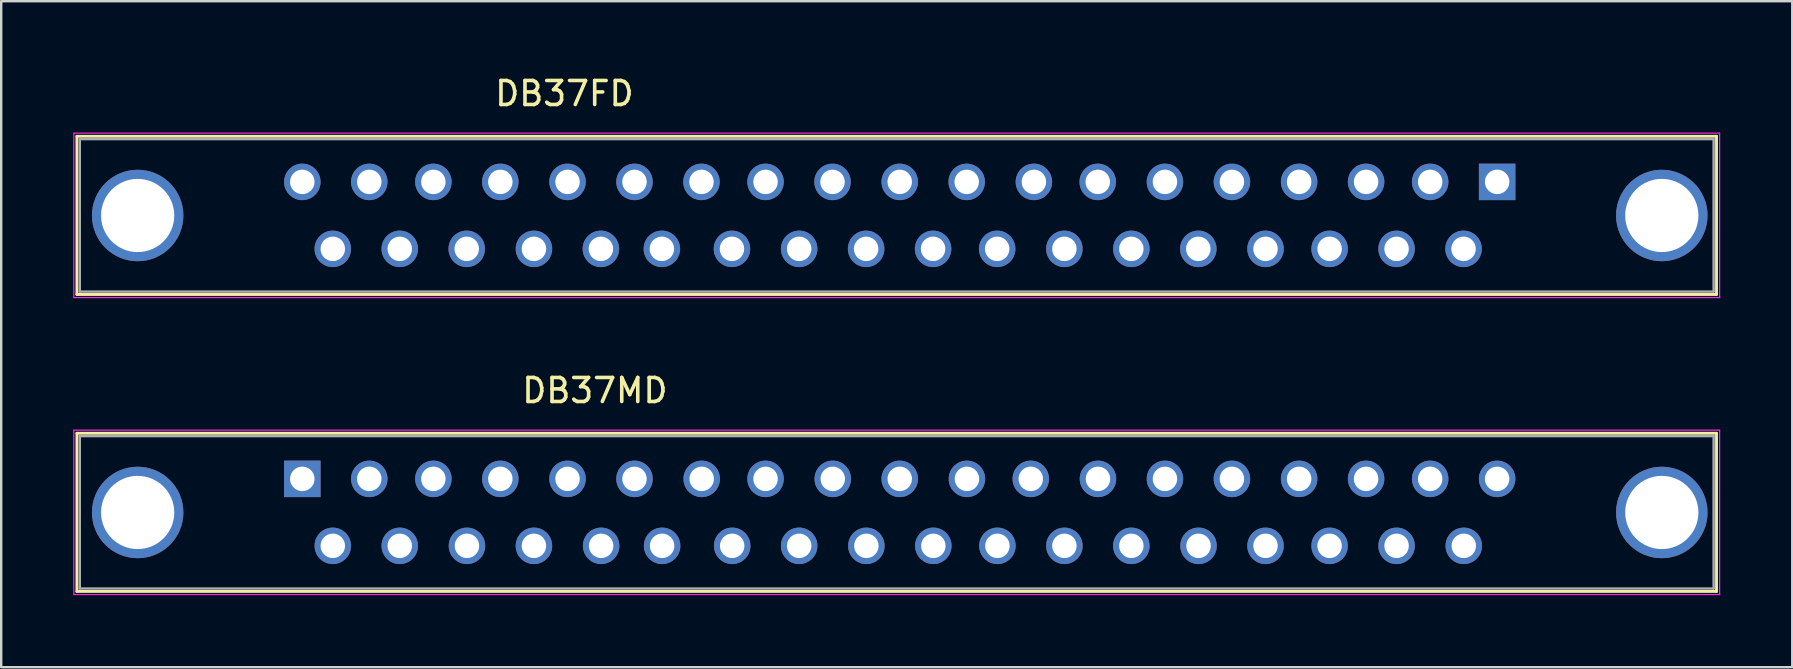
<source format=kicad_pcb>
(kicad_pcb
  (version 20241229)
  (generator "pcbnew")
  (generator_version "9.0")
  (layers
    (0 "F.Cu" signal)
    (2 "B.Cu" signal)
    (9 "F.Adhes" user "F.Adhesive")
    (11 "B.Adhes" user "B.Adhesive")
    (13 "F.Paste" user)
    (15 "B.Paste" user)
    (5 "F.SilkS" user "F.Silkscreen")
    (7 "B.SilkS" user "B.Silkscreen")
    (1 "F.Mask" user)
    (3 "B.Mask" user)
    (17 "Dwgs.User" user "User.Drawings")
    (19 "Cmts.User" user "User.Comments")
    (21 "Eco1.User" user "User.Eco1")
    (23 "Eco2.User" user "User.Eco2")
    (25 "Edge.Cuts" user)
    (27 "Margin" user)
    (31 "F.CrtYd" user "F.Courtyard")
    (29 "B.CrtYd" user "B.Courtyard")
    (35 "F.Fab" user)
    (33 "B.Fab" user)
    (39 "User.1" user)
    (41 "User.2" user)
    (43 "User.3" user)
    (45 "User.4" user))
  (footprint "DB37FD"
    (layer "F.Cu")
    (at 59.325 4.528)
    (property "Reference" "DB37FD" (at -38.86 -3.68 0) (layer "F.SilkS") (effects (font (size 1 1) (thickness 0.15))))
    (attr through_hole)
    (fp_line (start -59.17 -1.9) (end -59.17 4.69) (stroke (width 0.12) (type solid)) (layer "F.SilkS"))
    (fp_line (start -59.17 -1.9) (end 9.14 -1.9) (stroke (width 0.12) (type solid)) (layer "F.SilkS"))
    (fp_line (start 9.14 4.69) (end -59.17 4.69) (stroke (width 0.12) (type solid)) (layer "F.SilkS"))
    (fp_line (start 9.14 4.69) (end 9.14 -1.9) (stroke (width 0.12) (type solid)) (layer "F.SilkS"))
    (fp_line (start -59.3 -2.03) (end -59.3 4.82) (stroke (width 0.05) (type solid)) (layer "F.CrtYd"))
    (fp_line (start -59.3 -2.03) (end 9.27 -2.03) (stroke (width 0.05) (type solid)) (layer "F.CrtYd"))
    (fp_line (start 9.27 4.82) (end -59.3 4.82) (stroke (width 0.05) (type solid)) (layer "F.CrtYd"))
    (fp_line (start 9.27 4.82) (end 9.27 -2.03) (stroke (width 0.05) (type solid)) (layer "F.CrtYd"))
    (fp_line (start -59.05 -1.78) (end -59.05 4.57) (stroke (width 0.1) (type solid)) (layer "F.Fab"))
    (fp_line (start -59.05 4.57) (end 9.02 4.57) (stroke (width 0.1) (type solid)) (layer "F.Fab"))
    (fp_line (start 9.02 -1.78) (end -59.05 -1.78) (stroke (width 0.1) (type solid)) (layer "F.Fab"))
    (fp_line (start 9.02 4.57) (end 9.02 -1.78) (stroke (width 0.1) (type solid)) (layer "F.Fab"))
    (pad "" thru_hole circle (at -56.64 1.4) (size 3.81 3.81) (drill 3.05) (layers "*.Cu" "*.Mask"))
    (pad "" thru_hole circle (at 6.86 1.4) (size 3.81 3.81) (drill 3.05) (layers "*.Cu" "*.Mask"))
    (pad "1" thru_hole rect (at 0 0) (size 1.52 1.52) (drill 1.02) (layers "*.Cu" "*.Mask"))
    (pad "2" thru_hole circle (at -2.79 0) (size 1.52 1.52) (drill 1.02) (layers "*.Cu" "*.Mask"))
    (pad "3" thru_hole circle (at -5.46 0) (size 1.52 1.52) (drill 1.02) (layers "*.Cu" "*.Mask"))
    (pad "4" thru_hole circle (at -8.25 0) (size 1.52 1.52) (drill 1.02) (layers "*.Cu" "*.Mask"))
    (pad "5" thru_hole circle (at -11.05 0) (size 1.52 1.52) (drill 1.02) (layers "*.Cu" "*.Mask"))
    (pad "6" thru_hole circle (at -13.84 0) (size 1.52 1.52) (drill 1.02) (layers "*.Cu" "*.Mask"))
    (pad "7" thru_hole circle (at -16.64 0) (size 1.52 1.52) (drill 1.02) (layers "*.Cu" "*.Mask"))
    (pad "8" thru_hole circle (at -19.3 0) (size 1.52 1.52) (drill 1.02) (layers "*.Cu" "*.Mask"))
    (pad "9" thru_hole circle (at -22.1 0) (size 1.52 1.52) (drill 1.02) (layers "*.Cu" "*.Mask"))
    (pad "10" thru_hole circle (at -24.89 0) (size 1.52 1.52) (drill 1.02) (layers "*.Cu" "*.Mask"))
    (pad "11" thru_hole circle (at -27.69 0) (size 1.52 1.52) (drill 1.02) (layers "*.Cu" "*.Mask"))
    (pad "12" thru_hole circle (at -30.48 0) (size 1.52 1.52) (drill 1.02) (layers "*.Cu" "*.Mask"))
    (pad "13" thru_hole circle (at -33.15 0) (size 1.52 1.52) (drill 1.02) (layers "*.Cu" "*.Mask"))
    (pad "14" thru_hole circle (at -35.94 0) (size 1.52 1.52) (drill 1.02) (layers "*.Cu" "*.Mask"))
    (pad "15" thru_hole circle (at -38.73 0) (size 1.52 1.52) (drill 1.02) (layers "*.Cu" "*.Mask"))
    (pad "16" thru_hole circle (at -41.53 0) (size 1.52 1.52) (drill 1.02) (layers "*.Cu" "*.Mask"))
    (pad "17" thru_hole circle (at -44.32 0) (size 1.52 1.52) (drill 1.02) (layers "*.Cu" "*.Mask"))
    (pad "18" thru_hole circle (at -46.99 0) (size 1.52 1.52) (drill 1.02) (layers "*.Cu" "*.Mask"))
    (pad "19" thru_hole circle (at -49.78 0) (size 1.52 1.52) (drill 1.02) (layers "*.Cu" "*.Mask"))
    (pad "20" thru_hole circle (at -1.4 2.79) (size 1.52 1.52) (drill 1.02) (layers "*.Cu" "*.Mask"))
    (pad "21" thru_hole circle (at -4.19 2.79) (size 1.52 1.52) (drill 1.02) (layers "*.Cu" "*.Mask"))
    (pad "22" thru_hole circle (at -6.98 2.79) (size 1.52 1.52) (drill 1.02) (layers "*.Cu" "*.Mask"))
    (pad "23" thru_hole circle (at -9.65 2.79) (size 1.52 1.52) (drill 1.02) (layers "*.Cu" "*.Mask"))
    (pad "24" thru_hole circle (at -12.45 2.79) (size 1.52 1.52) (drill 1.02) (layers "*.Cu" "*.Mask"))
    (pad "25" thru_hole circle (at -15.24 2.79) (size 1.52 1.52) (drill 1.02) (layers "*.Cu" "*.Mask"))
    (pad "26" thru_hole circle (at -18.03 2.79) (size 1.52 1.52) (drill 1.02) (layers "*.Cu" "*.Mask"))
    (pad "27" thru_hole circle (at -20.83 2.79) (size 1.52 1.52) (drill 1.02) (layers "*.Cu" "*.Mask"))
    (pad "28" thru_hole circle (at -23.5 2.79) (size 1.52 1.52) (drill 1.02) (layers "*.Cu" "*.Mask"))
    (pad "29" thru_hole circle (at -26.29 2.79) (size 1.52 1.52) (drill 1.02) (layers "*.Cu" "*.Mask"))
    (pad "30" thru_hole circle (at -29.08 2.79) (size 1.52 1.52) (drill 1.02) (layers "*.Cu" "*.Mask"))
    (pad "31" thru_hole circle (at -31.88 2.79) (size 1.52 1.52) (drill 1.02) (layers "*.Cu" "*.Mask"))
    (pad "32" thru_hole circle (at -34.8 2.79) (size 1.52 1.52) (drill 1.02) (layers "*.Cu" "*.Mask"))
    (pad "33" thru_hole circle (at -37.34 2.79) (size 1.52 1.52) (drill 1.02) (layers "*.Cu" "*.Mask"))
    (pad "34" thru_hole circle (at -40.13 2.79) (size 1.52 1.52) (drill 1.02) (layers "*.Cu" "*.Mask"))
    (pad "35" thru_hole circle (at -42.93 2.79) (size 1.52 1.52) (drill 1.02) (layers "*.Cu" "*.Mask"))
    (pad "36" thru_hole circle (at -45.72 2.79) (size 1.52 1.52) (drill 1.02) (layers "*.Cu" "*.Mask"))
    (pad "37" thru_hole circle (at -48.51 2.79) (size 1.52 1.52) (drill 1.02) (layers "*.Cu" "*.Mask")))
  (footprint "DB37MD"
    (layer "F.Cu")
    (at 9.545 16.901)
    (property "Reference" "DB37MD" (at 12.19 -3.68 0) (layer "F.SilkS") (effects (font (size 1 1) (thickness 0.15))))
    (attr through_hole)
    (fp_line (start -9.39 -1.9) (end -9.39 4.69) (stroke (width 0.12) (type solid)) (layer "F.SilkS"))
    (fp_line (start -9.39 -1.9) (end 58.92 -1.9) (stroke (width 0.12) (type solid)) (layer "F.SilkS"))
    (fp_line (start 58.92 4.69) (end -9.39 4.69) (stroke (width 0.12) (type solid)) (layer "F.SilkS"))
    (fp_line (start 58.92 4.69) (end 58.92 -1.9) (stroke (width 0.12) (type solid)) (layer "F.SilkS"))
    (fp_line (start -9.52 -2.03) (end -9.52 4.82) (stroke (width 0.05) (type solid)) (layer "F.CrtYd"))
    (fp_line (start -9.52 -2.03) (end 59.05 -2.03) (stroke (width 0.05) (type solid)) (layer "F.CrtYd"))
    (fp_line (start 59.05 4.82) (end -9.52 4.82) (stroke (width 0.05) (type solid)) (layer "F.CrtYd"))
    (fp_line (start 59.05 4.82) (end 59.05 -2.03) (stroke (width 0.05) (type solid)) (layer "F.CrtYd"))
    (fp_line (start -9.27 -1.78) (end -9.27 -1.78) (stroke (width 0.1) (type solid)) (layer "F.Fab"))
    (fp_line (start -9.27 -1.78) (end -9.27 4.57) (stroke (width 0.1) (type solid)) (layer "F.Fab"))
    (fp_line (start -9.27 4.57) (end 58.8 4.57) (stroke (width 0.1) (type solid)) (layer "F.Fab"))
    (fp_line (start 58.8 -1.78) (end -9.27 -1.78) (stroke (width 0.1) (type solid)) (layer "F.Fab"))
    (fp_line (start 58.8 4.57) (end 58.8 -1.78) (stroke (width 0.1) (type solid)) (layer "F.Fab"))
    (pad "" thru_hole circle (at -6.86 1.4) (size 3.81 3.81) (drill 3.05) (layers "*.Cu" "*.Mask"))
    (pad "" thru_hole circle (at 56.64 1.4) (size 3.81 3.81) (drill 3.05) (layers "*.Cu" "*.Mask"))
    (pad "1" thru_hole rect (at 0 0) (size 1.52 1.52) (drill 1.02) (layers "*.Cu" "*.Mask"))
    (pad "2" thru_hole circle (at 2.79 0) (size 1.52 1.52) (drill 1.02) (layers "*.Cu" "*.Mask"))
    (pad "3" thru_hole circle (at 5.46 0) (size 1.52 1.52) (drill 1.02) (layers "*.Cu" "*.Mask"))
    (pad "4" thru_hole circle (at 8.25 0) (size 1.52 1.52) (drill 1.02) (layers "*.Cu" "*.Mask"))
    (pad "5" thru_hole circle (at 11.05 0) (size 1.52 1.52) (drill 1.02) (layers "*.Cu" "*.Mask"))
    (pad "6" thru_hole circle (at 13.84 0) (size 1.52 1.52) (drill 1.02) (layers "*.Cu" "*.Mask"))
    (pad "7" thru_hole circle (at 16.64 0) (size 1.52 1.52) (drill 1.02) (layers "*.Cu" "*.Mask"))
    (pad "8" thru_hole circle (at 19.3 0) (size 1.52 1.52) (drill 1.02) (layers "*.Cu" "*.Mask"))
    (pad "9" thru_hole circle (at 22.1 0) (size 1.52 1.52) (drill 1.02) (layers "*.Cu" "*.Mask"))
    (pad "10" thru_hole circle (at 24.89 0) (size 1.52 1.52) (drill 1.02) (layers "*.Cu" "*.Mask"))
    (pad "11" thru_hole circle (at 27.69 0) (size 1.52 1.52) (drill 1.02) (layers "*.Cu" "*.Mask"))
    (pad "12" thru_hole circle (at 30.35 0) (size 1.52 1.52) (drill 1.02) (layers "*.Cu" "*.Mask"))
    (pad "13" thru_hole circle (at 33.15 0) (size 1.52 1.52) (drill 1.02) (layers "*.Cu" "*.Mask"))
    (pad "14" thru_hole circle (at 35.94 0) (size 1.52 1.52) (drill 1.02) (layers "*.Cu" "*.Mask"))
    (pad "15" thru_hole circle (at 38.73 0) (size 1.52 1.52) (drill 1.02) (layers "*.Cu" "*.Mask"))
    (pad "16" thru_hole circle (at 41.53 0) (size 1.52 1.52) (drill 1.02) (layers "*.Cu" "*.Mask"))
    (pad "17" thru_hole circle (at 44.32 0) (size 1.52 1.52) (drill 1.02) (layers "*.Cu" "*.Mask"))
    (pad "18" thru_hole circle (at 46.99 0) (size 1.52 1.52) (drill 1.02) (layers "*.Cu" "*.Mask"))
    (pad "19" thru_hole circle (at 49.78 0) (size 1.52 1.52) (drill 1.02) (layers "*.Cu" "*.Mask"))
    (pad "20" thru_hole circle (at 1.27 2.79) (size 1.52 1.52) (drill 1.02) (layers "*.Cu" "*.Mask"))
    (pad "21" thru_hole circle (at 4.06 2.79) (size 1.52 1.52) (drill 1.02) (layers "*.Cu" "*.Mask"))
    (pad "22" thru_hole circle (at 6.86 2.79) (size 1.52 1.52) (drill 1.02) (layers "*.Cu" "*.Mask"))
    (pad "23" thru_hole circle (at 9.65 2.79) (size 1.52 1.52) (drill 1.02) (layers "*.Cu" "*.Mask"))
    (pad "24" thru_hole circle (at 12.45 2.79) (size 1.52 1.52) (drill 1.02) (layers "*.Cu" "*.Mask"))
    (pad "25" thru_hole circle (at 14.99 2.79) (size 1.52 1.52) (drill 1.02) (layers "*.Cu" "*.Mask"))
    (pad "26" thru_hole circle (at 17.91 2.79) (size 1.52 1.52) (drill 1.02) (layers "*.Cu" "*.Mask"))
    (pad "27" thru_hole circle (at 20.7 2.79) (size 1.52 1.52) (drill 1.02) (layers "*.Cu" "*.Mask"))
    (pad "28" thru_hole circle (at 23.5 2.79) (size 1.52 1.52) (drill 1.02) (layers "*.Cu" "*.Mask"))
    (pad "29" thru_hole circle (at 26.29 2.79) (size 1.52 1.52) (drill 1.02) (layers "*.Cu" "*.Mask"))
    (pad "30" thru_hole circle (at 28.96 2.79) (size 1.52 1.52) (drill 1.02) (layers "*.Cu" "*.Mask"))
    (pad "31" thru_hole circle (at 31.75 2.79) (size 1.52 1.52) (drill 1.02) (layers "*.Cu" "*.Mask"))
    (pad "32" thru_hole circle (at 34.54 2.79) (size 1.52 1.52) (drill 1.02) (layers "*.Cu" "*.Mask"))
    (pad "33" thru_hole circle (at 37.34 2.79) (size 1.52 1.52) (drill 1.02) (layers "*.Cu" "*.Mask"))
    (pad "34" thru_hole circle (at 40.13 2.79) (size 1.52 1.52) (drill 1.02) (layers "*.Cu" "*.Mask"))
    (pad "35" thru_hole circle (at 42.8 2.79) (size 1.52 1.52) (drill 1.02) (layers "*.Cu" "*.Mask"))
    (pad "36" thru_hole circle (at 45.59 2.79) (size 1.52 1.52) (drill 1.02) (layers "*.Cu" "*.Mask"))
    (pad "37" thru_hole circle (at 48.39 2.79) (size 1.52 1.52) (drill 1.02) (layers "*.Cu" "*.Mask")))
  (gr_rect
    (start -3 -3)
    (end 71.62 24.747)
    (stroke (width 0.1) (type default))
    (fill no)
    (layer "Edge.Cuts")))
</source>
